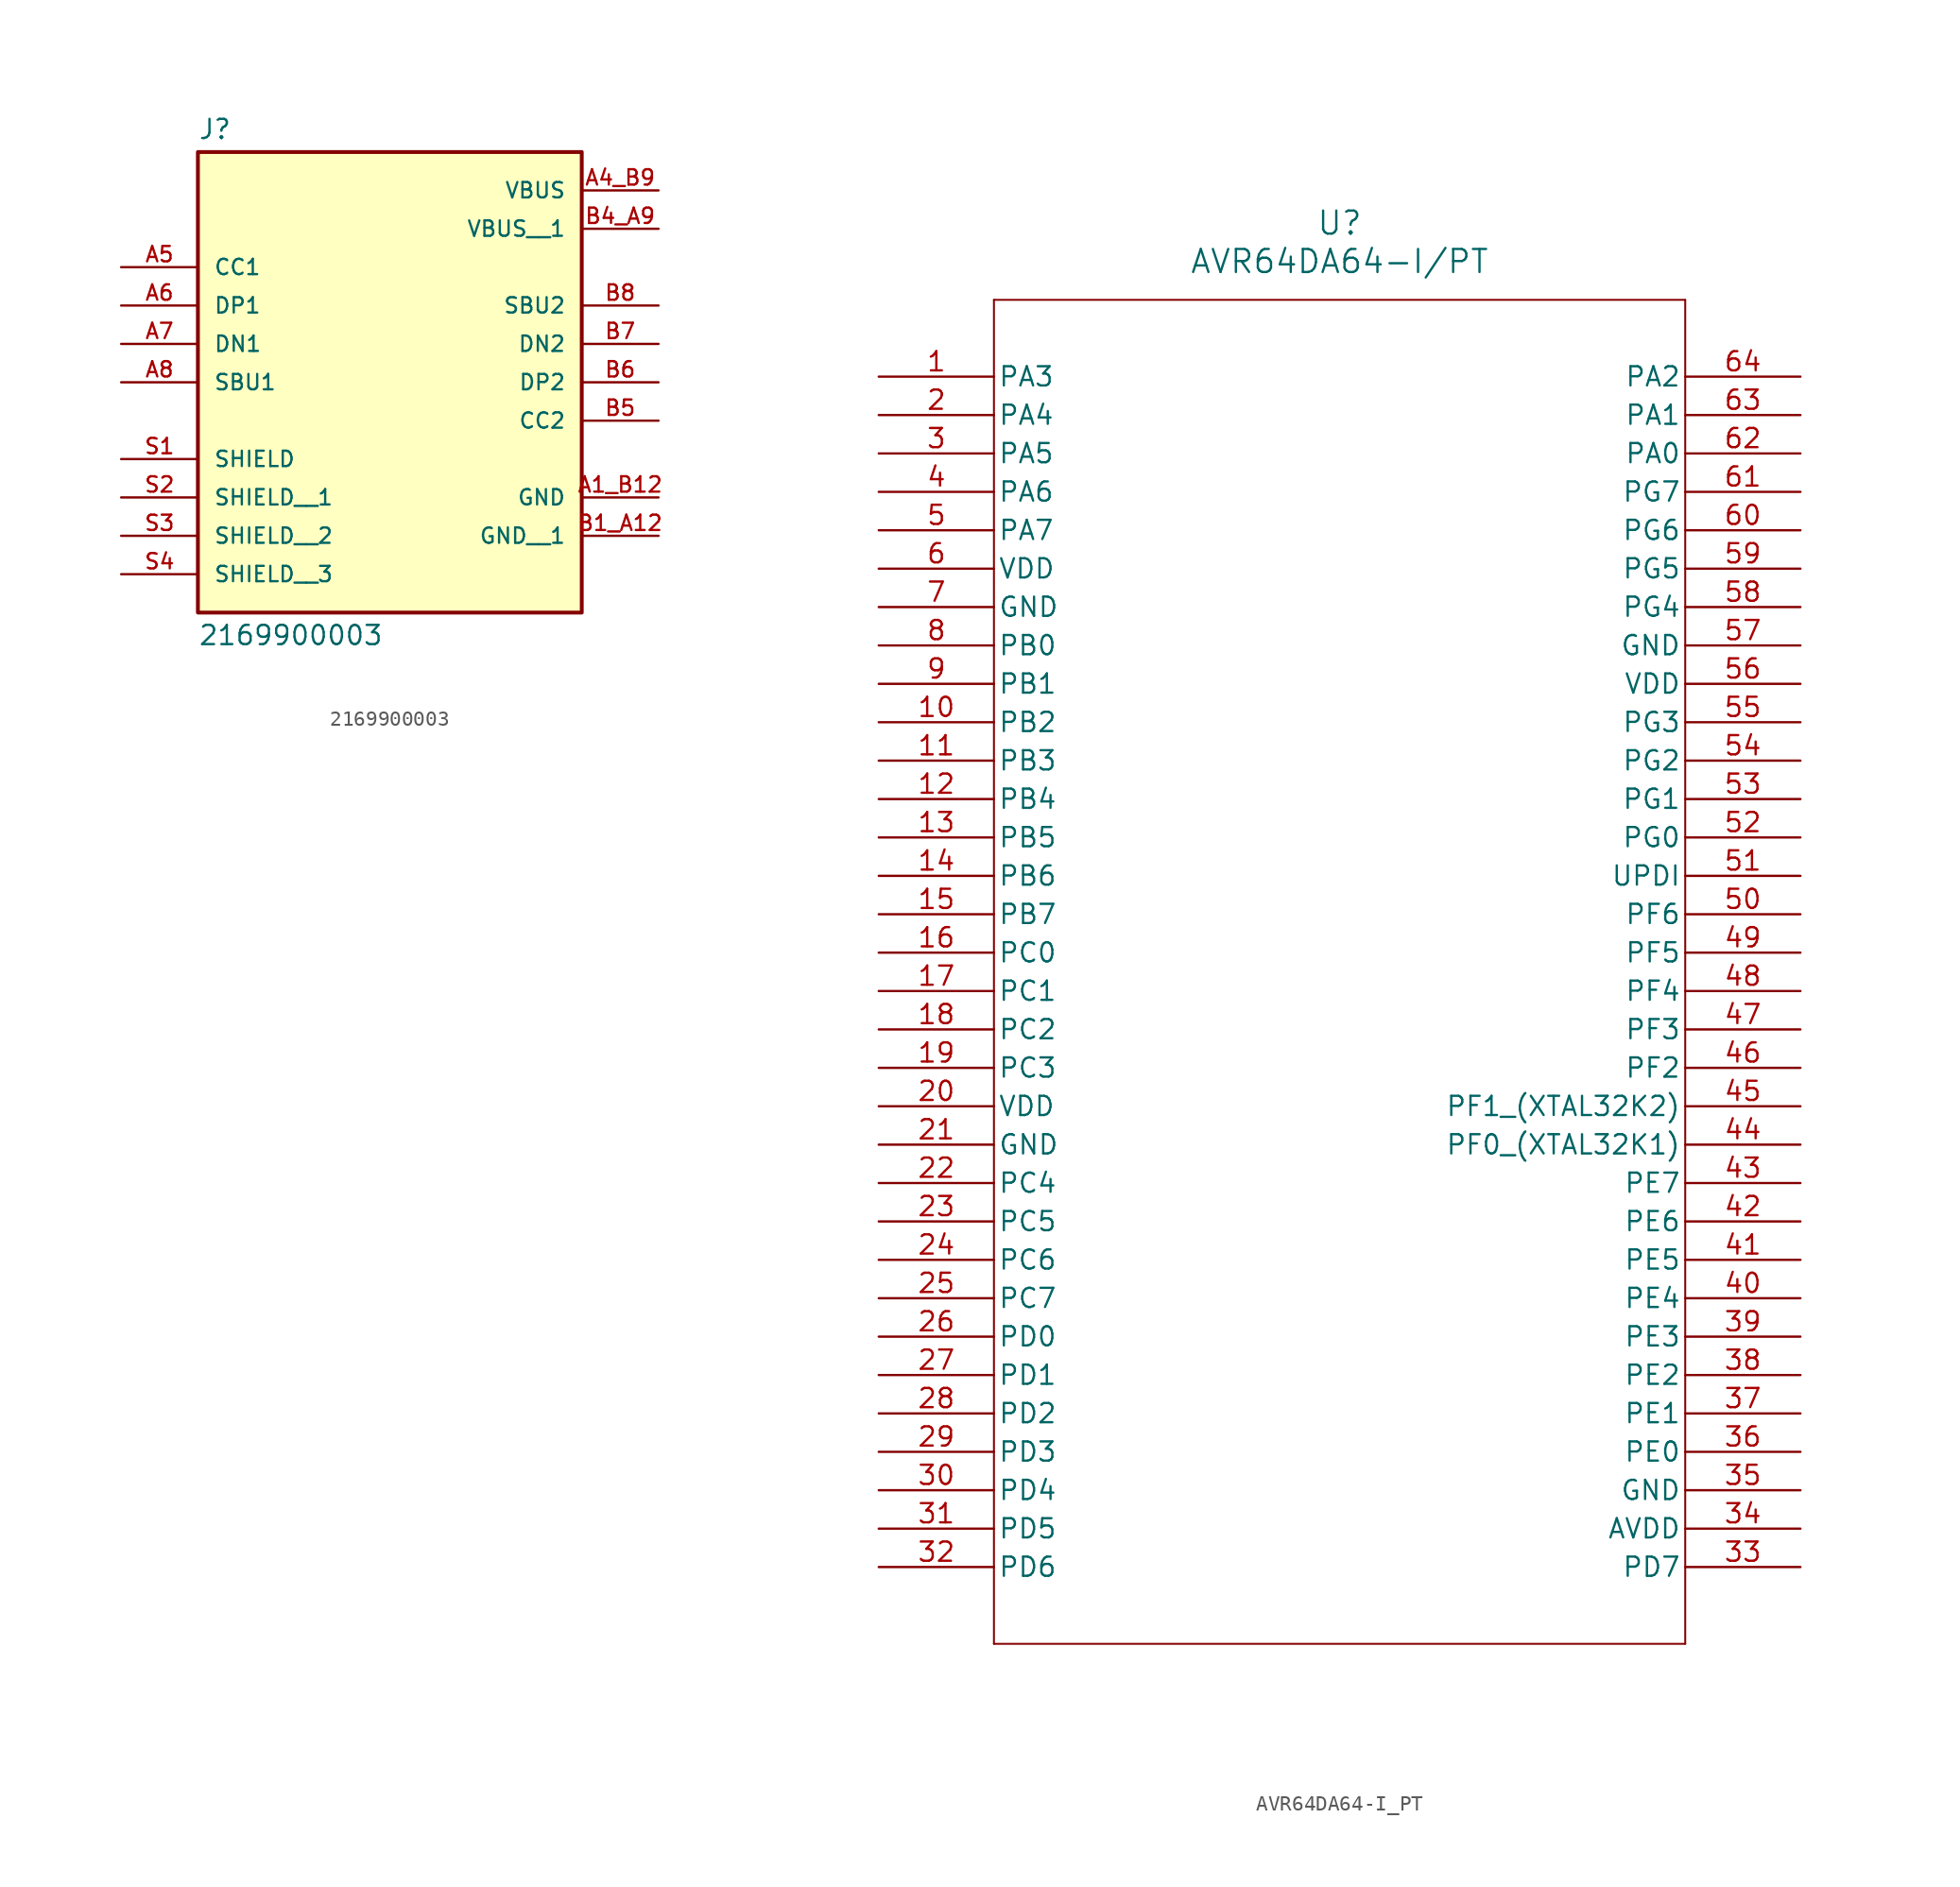
<source format=kicad_sym>
(kicad_symbol_lib
  (version 20220914)
  (generator kicad_symbol_editor)
  (symbol "2169900003"
    (pin_names
      (offset 1.016))
    (property "Reference" "J"
      (at -12.7 10.922 0)
      (effects (font (size 1.27 1.27)) (justify left bottom)))
    (property "Value" "2169900003"
      (at -12.7 -21.082 0)
      (effects (font (size 1.27 1.27)) (justify left top)))
    (symbol "2169900003_0_0"
      (rectangle (start -12.7 -20.32) (end 12.7 10.16) (stroke (width 0.254) (type default)) (fill (type background)))
      (pin power_in line (at 17.78 -12.7 180) (length 5.08) (name "GND" (effects (font (size 1.016 1.016)))) (number "A1_B12" (effects (font (size 1.016 1.016)))))
      (pin power_in line (at 17.78 7.62 180) (length 5.08) (name "VBUS" (effects (font (size 1.016 1.016)))) (number "A4_B9" (effects (font (size 1.016 1.016)))))
      (pin bidirectional line (at -17.78 2.54 0) (length 5.08) (name "CC1" (effects (font (size 1.016 1.016)))) (number "A5" (effects (font (size 1.016 1.016)))))
      (pin bidirectional line (at -17.78 0 0) (length 5.08) (name "DP1" (effects (font (size 1.016 1.016)))) (number "A6" (effects (font (size 1.016 1.016)))))
      (pin bidirectional line (at -17.78 -2.54 0) (length 5.08) (name "DN1" (effects (font (size 1.016 1.016)))) (number "A7" (effects (font (size 1.016 1.016)))))
      (pin bidirectional line (at -17.78 -5.08 0) (length 5.08) (name "SBU1" (effects (font (size 1.016 1.016)))) (number "A8" (effects (font (size 1.016 1.016)))))
      (pin power_in line (at 17.78 -15.24 180) (length 5.08) (name "GND__1" (effects (font (size 1.016 1.016)))) (number "B1_A12" (effects (font (size 1.016 1.016)))))
      (pin power_in line (at 17.78 5.08 180) (length 5.08) (name "VBUS__1" (effects (font (size 1.016 1.016)))) (number "B4_A9" (effects (font (size 1.016 1.016)))))
      (pin bidirectional line (at 17.78 -7.62 180) (length 5.08) (name "CC2" (effects (font (size 1.016 1.016)))) (number "B5" (effects (font (size 1.016 1.016)))))
      (pin bidirectional line (at 17.78 -5.08 180) (length 5.08) (name "DP2" (effects (font (size 1.016 1.016)))) (number "B6" (effects (font (size 1.016 1.016)))))
      (pin bidirectional line (at 17.78 -2.54 180) (length 5.08) (name "DN2" (effects (font (size 1.016 1.016)))) (number "B7" (effects (font (size 1.016 1.016)))))
      (pin bidirectional line (at 17.78 0 180) (length 5.08) (name "SBU2" (effects (font (size 1.016 1.016)))) (number "B8" (effects (font (size 1.016 1.016)))))
      (pin passive line (at -17.78 -10.16 0) (length 5.08) (name "SHIELD" (effects (font (size 1.016 1.016)))) (number "S1" (effects (font (size 1.016 1.016)))))
      (pin passive line (at -17.78 -12.7 0) (length 5.08) (name "SHIELD__1" (effects (font (size 1.016 1.016)))) (number "S2" (effects (font (size 1.016 1.016)))))
      (pin passive line (at -17.78 -15.24 0) (length 5.08) (name "SHIELD__2" (effects (font (size 1.016 1.016)))) (number "S3" (effects (font (size 1.016 1.016)))))
      (pin passive line (at -17.78 -17.78 0) (length 5.08) (name "SHIELD__3" (effects (font (size 1.016 1.016)))) (number "S4" (effects (font (size 1.016 1.016)))))))
  (symbol "AVR64DA64-I_PT"
    (pin_names
      (offset 0.254))
    (property "Reference" "U"
      (at 30.48 10.16 0)
      (effects (font (size 1.524 1.524))))
    (property "Value" "AVR64DA64-I/PT"
      (at 30.48 7.62 0)
      (effects (font (size 1.524 1.524))))
    (property "ki_locked" ""
      (at 0 0 0)
      (effects (font (size 1.27 1.27))))
    (symbol "AVR64DA64-I_PT_0_1"
      (polyline (pts (xy 7.62 -83.82) (xy 53.34 -83.82)) (stroke (width 0.127) (type default)) (fill (type none)))
      (polyline (pts (xy 7.62 5.08) (xy 7.62 -83.82)) (stroke (width 0.127) (type default)) (fill (type none)))
      (polyline (pts (xy 53.34 -83.82) (xy 53.34 5.08)) (stroke (width 0.127) (type default)) (fill (type none)))
      (polyline (pts (xy 53.34 5.08) (xy 7.62 5.08)) (stroke (width 0.127) (type default)) (fill (type none)))
      (pin bidirectional line (at 0 0 0) (length 7.62) (name "PA3" (effects (font (size 1.27 1.27)))) (number "1" (effects (font (size 1.27 1.27)))))
      (pin bidirectional line (at 0 -22.86 0) (length 7.62) (name "PB2" (effects (font (size 1.27 1.27)))) (number "10" (effects (font (size 1.27 1.27)))))
      (pin bidirectional line (at 0 -25.4 0) (length 7.62) (name "PB3" (effects (font (size 1.27 1.27)))) (number "11" (effects (font (size 1.27 1.27)))))
      (pin bidirectional line (at 0 -27.94 0) (length 7.62) (name "PB4" (effects (font (size 1.27 1.27)))) (number "12" (effects (font (size 1.27 1.27)))))
      (pin bidirectional line (at 0 -30.48 0) (length 7.62) (name "PB5" (effects (font (size 1.27 1.27)))) (number "13" (effects (font (size 1.27 1.27)))))
      (pin bidirectional line (at 0 -33.02 0) (length 7.62) (name "PB6" (effects (font (size 1.27 1.27)))) (number "14" (effects (font (size 1.27 1.27)))))
      (pin bidirectional line (at 0 -35.56 0) (length 7.62) (name "PB7" (effects (font (size 1.27 1.27)))) (number "15" (effects (font (size 1.27 1.27)))))
      (pin bidirectional line (at 0 -38.1 0) (length 7.62) (name "PC0" (effects (font (size 1.27 1.27)))) (number "16" (effects (font (size 1.27 1.27)))))
      (pin bidirectional line (at 0 -40.64 0) (length 7.62) (name "PC1" (effects (font (size 1.27 1.27)))) (number "17" (effects (font (size 1.27 1.27)))))
      (pin bidirectional line (at 0 -43.18 0) (length 7.62) (name "PC2" (effects (font (size 1.27 1.27)))) (number "18" (effects (font (size 1.27 1.27)))))
      (pin bidirectional line (at 0 -45.72 0) (length 7.62) (name "PC3" (effects (font (size 1.27 1.27)))) (number "19" (effects (font (size 1.27 1.27)))))
      (pin bidirectional line (at 0 -2.54 0) (length 7.62) (name "PA4" (effects (font (size 1.27 1.27)))) (number "2" (effects (font (size 1.27 1.27)))))
      (pin power_in line (at 0 -48.26 0) (length 7.62) (name "VDD" (effects (font (size 1.27 1.27)))) (number "20" (effects (font (size 1.27 1.27)))))
      (pin power_out line (at 0 -50.8 0) (length 7.62) (name "GND" (effects (font (size 1.27 1.27)))) (number "21" (effects (font (size 1.27 1.27)))))
      (pin bidirectional line (at 0 -53.34 0) (length 7.62) (name "PC4" (effects (font (size 1.27 1.27)))) (number "22" (effects (font (size 1.27 1.27)))))
      (pin bidirectional line (at 0 -55.88 0) (length 7.62) (name "PC5" (effects (font (size 1.27 1.27)))) (number "23" (effects (font (size 1.27 1.27)))))
      (pin bidirectional line (at 0 -58.42 0) (length 7.62) (name "PC6" (effects (font (size 1.27 1.27)))) (number "24" (effects (font (size 1.27 1.27)))))
      (pin bidirectional line (at 0 -60.96 0) (length 7.62) (name "PC7" (effects (font (size 1.27 1.27)))) (number "25" (effects (font (size 1.27 1.27)))))
      (pin bidirectional line (at 0 -63.5 0) (length 7.62) (name "PD0" (effects (font (size 1.27 1.27)))) (number "26" (effects (font (size 1.27 1.27)))))
      (pin bidirectional line (at 0 -66.04 0) (length 7.62) (name "PD1" (effects (font (size 1.27 1.27)))) (number "27" (effects (font (size 1.27 1.27)))))
      (pin bidirectional line (at 0 -68.58 0) (length 7.62) (name "PD2" (effects (font (size 1.27 1.27)))) (number "28" (effects (font (size 1.27 1.27)))))
      (pin bidirectional line (at 0 -71.12 0) (length 7.62) (name "PD3" (effects (font (size 1.27 1.27)))) (number "29" (effects (font (size 1.27 1.27)))))
      (pin bidirectional line (at 0 -5.08 0) (length 7.62) (name "PA5" (effects (font (size 1.27 1.27)))) (number "3" (effects (font (size 1.27 1.27)))))
      (pin bidirectional line (at 0 -73.66 0) (length 7.62) (name "PD4" (effects (font (size 1.27 1.27)))) (number "30" (effects (font (size 1.27 1.27)))))
      (pin bidirectional line (at 0 -76.2 0) (length 7.62) (name "PD5" (effects (font (size 1.27 1.27)))) (number "31" (effects (font (size 1.27 1.27)))))
      (pin bidirectional line (at 0 -78.74 0) (length 7.62) (name "PD6" (effects (font (size 1.27 1.27)))) (number "32" (effects (font (size 1.27 1.27)))))
      (pin bidirectional line (at 60.96 -78.74 180) (length 7.62) (name "PD7" (effects (font (size 1.27 1.27)))) (number "33" (effects (font (size 1.27 1.27)))))
      (pin power_in line (at 60.96 -76.2 180) (length 7.62) (name "AVDD" (effects (font (size 1.27 1.27)))) (number "34" (effects (font (size 1.27 1.27)))))
      (pin power_out line (at 60.96 -73.66 180) (length 7.62) (name "GND" (effects (font (size 1.27 1.27)))) (number "35" (effects (font (size 1.27 1.27)))))
      (pin bidirectional line (at 60.96 -71.12 180) (length 7.62) (name "PE0" (effects (font (size 1.27 1.27)))) (number "36" (effects (font (size 1.27 1.27)))))
      (pin bidirectional line (at 60.96 -68.58 180) (length 7.62) (name "PE1" (effects (font (size 1.27 1.27)))) (number "37" (effects (font (size 1.27 1.27)))))
      (pin bidirectional line (at 60.96 -66.04 180) (length 7.62) (name "PE2" (effects (font (size 1.27 1.27)))) (number "38" (effects (font (size 1.27 1.27)))))
      (pin bidirectional line (at 60.96 -63.5 180) (length 7.62) (name "PE3" (effects (font (size 1.27 1.27)))) (number "39" (effects (font (size 1.27 1.27)))))
      (pin bidirectional line (at 0 -7.62 0) (length 7.62) (name "PA6" (effects (font (size 1.27 1.27)))) (number "4" (effects (font (size 1.27 1.27)))))
      (pin bidirectional line (at 60.96 -60.96 180) (length 7.62) (name "PE4" (effects (font (size 1.27 1.27)))) (number "40" (effects (font (size 1.27 1.27)))))
      (pin bidirectional line (at 60.96 -58.42 180) (length 7.62) (name "PE5" (effects (font (size 1.27 1.27)))) (number "41" (effects (font (size 1.27 1.27)))))
      (pin bidirectional line (at 60.96 -55.88 180) (length 7.62) (name "PE6" (effects (font (size 1.27 1.27)))) (number "42" (effects (font (size 1.27 1.27)))))
      (pin bidirectional line (at 60.96 -53.34 180) (length 7.62) (name "PE7" (effects (font (size 1.27 1.27)))) (number "43" (effects (font (size 1.27 1.27)))))
      (pin bidirectional line (at 60.96 -50.8 180) (length 7.62) (name "PF0_(XTAL32K1)" (effects (font (size 1.27 1.27)))) (number "44" (effects (font (size 1.27 1.27)))))
      (pin bidirectional line (at 60.96 -48.26 180) (length 7.62) (name "PF1_(XTAL32K2)" (effects (font (size 1.27 1.27)))) (number "45" (effects (font (size 1.27 1.27)))))
      (pin bidirectional line (at 60.96 -45.72 180) (length 7.62) (name "PF2" (effects (font (size 1.27 1.27)))) (number "46" (effects (font (size 1.27 1.27)))))
      (pin bidirectional line (at 60.96 -43.18 180) (length 7.62) (name "PF3" (effects (font (size 1.27 1.27)))) (number "47" (effects (font (size 1.27 1.27)))))
      (pin bidirectional line (at 60.96 -40.64 180) (length 7.62) (name "PF4" (effects (font (size 1.27 1.27)))) (number "48" (effects (font (size 1.27 1.27)))))
      (pin bidirectional line (at 60.96 -38.1 180) (length 7.62) (name "PF5" (effects (font (size 1.27 1.27)))) (number "49" (effects (font (size 1.27 1.27)))))
      (pin bidirectional line (at 0 -10.16 0) (length 7.62) (name "PA7" (effects (font (size 1.27 1.27)))) (number "5" (effects (font (size 1.27 1.27)))))
      (pin bidirectional line (at 60.96 -35.56 180) (length 7.62) (name "PF6" (effects (font (size 1.27 1.27)))) (number "50" (effects (font (size 1.27 1.27)))))
      (pin bidirectional line (at 60.96 -33.02 180) (length 7.62) (name "UPDI" (effects (font (size 1.27 1.27)))) (number "51" (effects (font (size 1.27 1.27)))))
      (pin bidirectional line (at 60.96 -30.48 180) (length 7.62) (name "PG0" (effects (font (size 1.27 1.27)))) (number "52" (effects (font (size 1.27 1.27)))))
      (pin bidirectional line (at 60.96 -27.94 180) (length 7.62) (name "PG1" (effects (font (size 1.27 1.27)))) (number "53" (effects (font (size 1.27 1.27)))))
      (pin bidirectional line (at 60.96 -25.4 180) (length 7.62) (name "PG2" (effects (font (size 1.27 1.27)))) (number "54" (effects (font (size 1.27 1.27)))))
      (pin bidirectional line (at 60.96 -22.86 180) (length 7.62) (name "PG3" (effects (font (size 1.27 1.27)))) (number "55" (effects (font (size 1.27 1.27)))))
      (pin power_in line (at 60.96 -20.32 180) (length 7.62) (name "VDD" (effects (font (size 1.27 1.27)))) (number "56" (effects (font (size 1.27 1.27)))))
      (pin power_out line (at 60.96 -17.78 180) (length 7.62) (name "GND" (effects (font (size 1.27 1.27)))) (number "57" (effects (font (size 1.27 1.27)))))
      (pin bidirectional line (at 60.96 -15.24 180) (length 7.62) (name "PG4" (effects (font (size 1.27 1.27)))) (number "58" (effects (font (size 1.27 1.27)))))
      (pin bidirectional line (at 60.96 -12.7 180) (length 7.62) (name "PG5" (effects (font (size 1.27 1.27)))) (number "59" (effects (font (size 1.27 1.27)))))
      (pin power_in line (at 0 -12.7 0) (length 7.62) (name "VDD" (effects (font (size 1.27 1.27)))) (number "6" (effects (font (size 1.27 1.27)))))
      (pin bidirectional line (at 60.96 -10.16 180) (length 7.62) (name "PG6" (effects (font (size 1.27 1.27)))) (number "60" (effects (font (size 1.27 1.27)))))
      (pin bidirectional line (at 60.96 -7.62 180) (length 7.62) (name "PG7" (effects (font (size 1.27 1.27)))) (number "61" (effects (font (size 1.27 1.27)))))
      (pin bidirectional line (at 60.96 -5.08 180) (length 7.62) (name "PA0" (effects (font (size 1.27 1.27)))) (number "62" (effects (font (size 1.27 1.27)))))
      (pin bidirectional line (at 60.96 -2.54 180) (length 7.62) (name "PA1" (effects (font (size 1.27 1.27)))) (number "63" (effects (font (size 1.27 1.27)))))
      (pin bidirectional line (at 60.96 0 180) (length 7.62) (name "PA2" (effects (font (size 1.27 1.27)))) (number "64" (effects (font (size 1.27 1.27)))))
      (pin power_out line (at 0 -15.24 0) (length 7.62) (name "GND" (effects (font (size 1.27 1.27)))) (number "7" (effects (font (size 1.27 1.27)))))
      (pin bidirectional line (at 0 -17.78 0) (length 7.62) (name "PB0" (effects (font (size 1.27 1.27)))) (number "8" (effects (font (size 1.27 1.27)))))
      (pin bidirectional line (at 0 -20.32 0) (length 7.62) (name "PB1" (effects (font (size 1.27 1.27)))) (number "9" (effects (font (size 1.27 1.27))))))))
</source>
